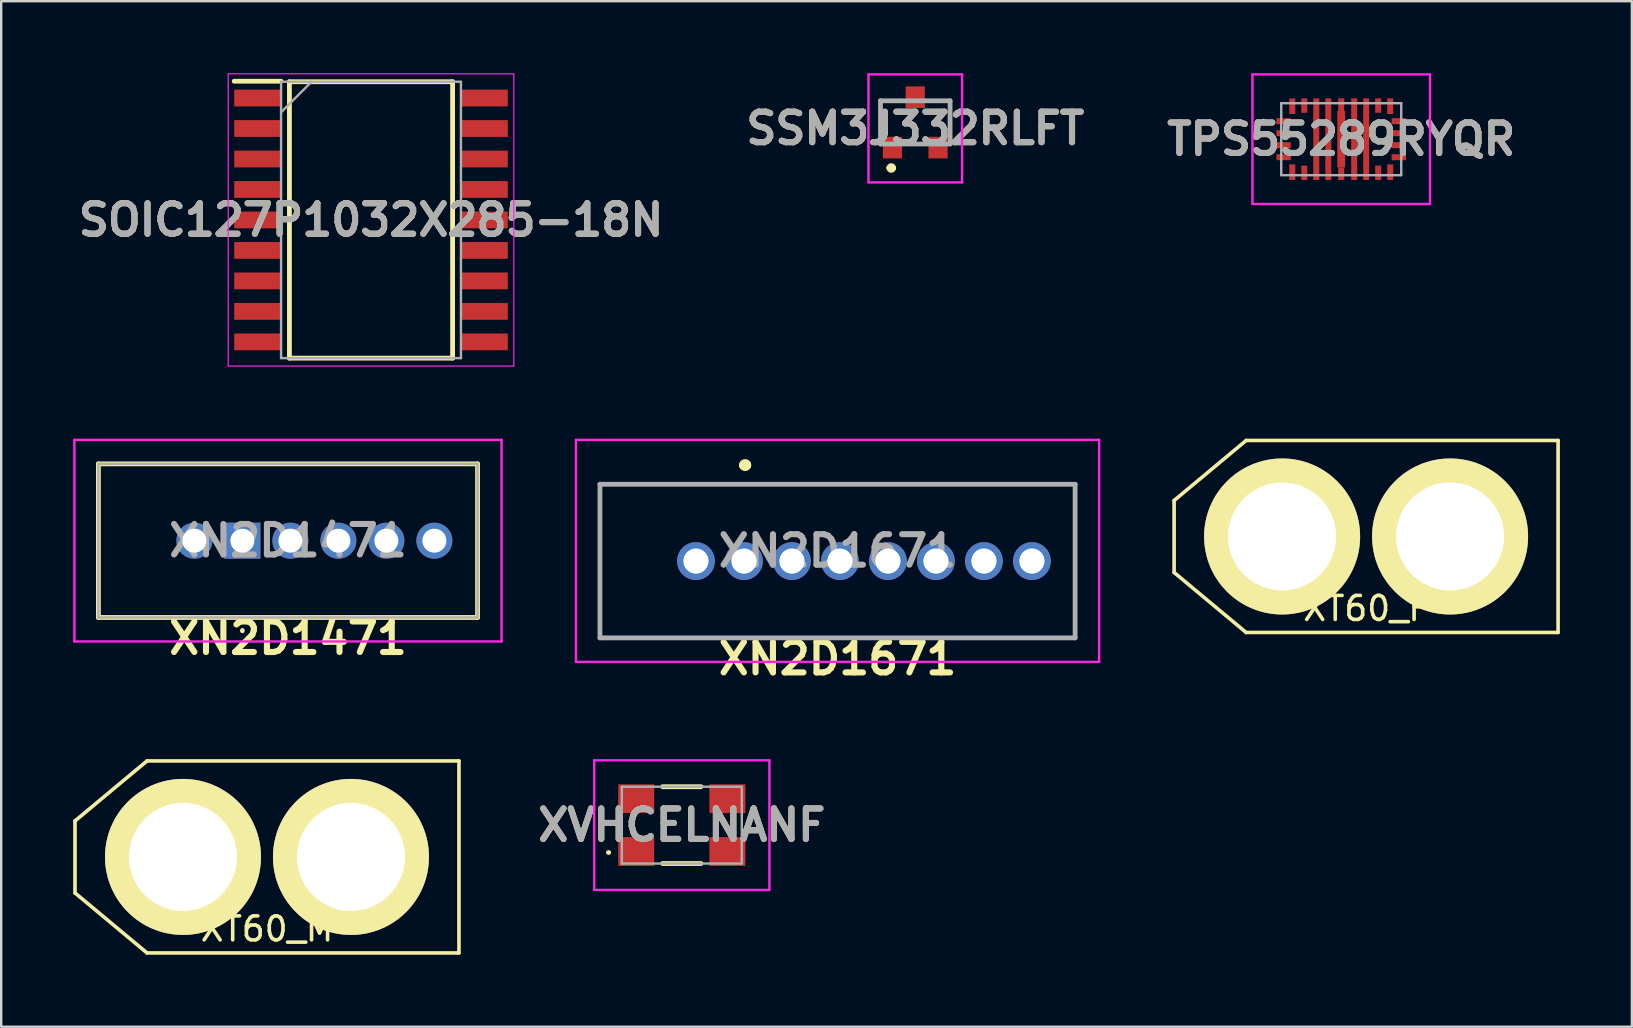
<source format=kicad_pcb>
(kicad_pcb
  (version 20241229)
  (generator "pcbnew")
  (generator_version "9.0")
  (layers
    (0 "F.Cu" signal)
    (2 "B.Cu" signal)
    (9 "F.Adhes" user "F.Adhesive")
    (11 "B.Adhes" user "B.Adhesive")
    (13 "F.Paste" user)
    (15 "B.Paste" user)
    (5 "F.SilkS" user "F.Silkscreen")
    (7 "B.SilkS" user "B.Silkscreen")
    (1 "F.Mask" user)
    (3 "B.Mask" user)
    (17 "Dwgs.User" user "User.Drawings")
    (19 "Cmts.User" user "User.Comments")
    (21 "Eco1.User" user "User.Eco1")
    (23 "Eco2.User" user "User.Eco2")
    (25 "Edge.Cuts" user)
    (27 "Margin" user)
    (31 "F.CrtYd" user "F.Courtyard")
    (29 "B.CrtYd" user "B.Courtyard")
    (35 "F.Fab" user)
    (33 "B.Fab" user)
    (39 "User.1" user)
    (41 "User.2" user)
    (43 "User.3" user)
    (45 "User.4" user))
  (footprint "XN2D1471"
    (layer "F.Cu")
    (at 7.05 19.48)
    (property "Reference" "XN2D1471" (at 1.9 4.064 0) (layer "F.SilkS") (effects (font (size 1.27 1.27) (thickness 0.254))))
    (attr through_hole)
    (fp_line (start -6 -3.2) (end 9.8 -3.2) (stroke (width 0.2) (type solid)) (layer "F.SilkS"))
    (fp_line (start -6 3.2) (end -6 -3.2) (stroke (width 0.2) (type solid)) (layer "F.SilkS"))
    (fp_line (start 0 3.7) (end 0 3.7) (stroke (width 0.1) (type solid)) (layer "F.SilkS"))
    (fp_line (start 0 3.8) (end 0 3.8) (stroke (width 0.1) (type solid)) (layer "F.SilkS"))
    (fp_line (start 9.8 -3.2) (end 9.8 3.2) (stroke (width 0.2) (type solid)) (layer "F.SilkS"))
    (fp_line (start 9.8 3.2) (end -6 3.2) (stroke (width 0.2) (type solid)) (layer "F.SilkS"))
    (fp_arc (start 0 3.7) (mid 0.05 3.75) (end 0 3.8) (stroke (width 0.1) (type solid)) (layer "F.SilkS"))
    (fp_arc (start 0 3.8) (mid -0.05 3.75) (end 0 3.7) (stroke (width 0.1) (type solid)) (layer "F.SilkS"))
    (fp_line (start -7 -4.2) (end 10.8 -4.2) (stroke (width 0.1) (type solid)) (layer "F.CrtYd"))
    (fp_line (start -7 4.2) (end -7 -4.2) (stroke (width 0.1) (type solid)) (layer "F.CrtYd"))
    (fp_line (start 10.8 -4.2) (end 10.8 4.2) (stroke (width 0.1) (type solid)) (layer "F.CrtYd"))
    (fp_line (start 10.8 4.2) (end -7 4.2) (stroke (width 0.1) (type solid)) (layer "F.CrtYd"))
    (fp_line (start -6 -3.2) (end 9.8 -3.2) (stroke (width 0.1) (type solid)) (layer "F.Fab"))
    (fp_line (start -6 3.2) (end -6 -3.2) (stroke (width 0.1) (type solid)) (layer "F.Fab"))
    (fp_line (start 9.8 -3.2) (end 9.8 3.2) (stroke (width 0.1) (type solid)) (layer "F.Fab"))
    (fp_line (start 9.8 3.2) (end -6 3.2) (stroke (width 0.1) (type solid)) (layer "F.Fab"))
    (fp_text user "${REFERENCE}" (at 1.9 0 0) (layer "F.Fab") (effects (font (size 1.27 1.27) (thickness 0.254))))
    (pad "1" thru_hole rect (at 0 0) (size 1.5 1.5) (drill 1) (layers "*.Cu" "*.Mask"))
    (pad "2" thru_hole circle (at 2 0) (size 1.5 1.5) (drill 1) (layers "*.Cu" "*.Mask"))
    (pad "3" thru_hole circle (at 4 0) (size 1.5 1.5) (drill 1) (layers "*.Cu" "*.Mask"))
    (pad "4" thru_hole circle (at 6 0) (size 1.5 1.5) (drill 1) (layers "*.Cu" "*.Mask"))
    (pad "MH1" thru_hole circle (at -2 0) (size 1.5 1.5) (drill 1) (layers "*.Cu" "*.Mask"))
    (pad "MH2" thru_hole circle (at 8 0) (size 1.5 1.5) (drill 1) (layers "*.Cu" "*.Mask")))
  (footprint "SOIC127P1032X285-18N"
    (layer "F.Cu")
    (at 12.41 6.115)
    (property "Reference" "SOIC127P1032X285-18N" (at 0 0 0) (layer "F.SilkS") (effects (font (size 1.27 1.27) (thickness 0.254))))
    (attr smd)
    (fp_line (start -5.7 -5.78) (end -3.75 -5.78) (stroke (width 0.2) (type solid)) (layer "F.SilkS"))
    (fp_line (start -3.4 -5.758) (end 3.4 -5.758) (stroke (width 0.2) (type solid)) (layer "F.SilkS"))
    (fp_line (start -3.4 5.758) (end -3.4 -5.758) (stroke (width 0.2) (type solid)) (layer "F.SilkS"))
    (fp_line (start 3.4 -5.758) (end 3.4 5.758) (stroke (width 0.2) (type solid)) (layer "F.SilkS"))
    (fp_line (start 3.4 5.758) (end -3.4 5.758) (stroke (width 0.2) (type solid)) (layer "F.SilkS"))
    (fp_line (start -5.95 -6.09) (end 5.95 -6.09) (stroke (width 0.05) (type solid)) (layer "F.CrtYd"))
    (fp_line (start -5.95 6.09) (end -5.95 -6.09) (stroke (width 0.05) (type solid)) (layer "F.CrtYd"))
    (fp_line (start 5.95 -6.09) (end 5.95 6.09) (stroke (width 0.05) (type solid)) (layer "F.CrtYd"))
    (fp_line (start 5.95 6.09) (end -5.95 6.09) (stroke (width 0.05) (type solid)) (layer "F.CrtYd"))
    (fp_line (start -3.748 -5.758) (end 3.748 -5.758) (stroke (width 0.1) (type solid)) (layer "F.Fab"))
    (fp_line (start -3.748 -4.488) (end -2.478 -5.758) (stroke (width 0.1) (type solid)) (layer "F.Fab"))
    (fp_line (start -3.748 5.758) (end -3.748 -5.758) (stroke (width 0.1) (type solid)) (layer "F.Fab"))
    (fp_line (start 3.748 -5.758) (end 3.748 5.758) (stroke (width 0.1) (type solid)) (layer "F.Fab"))
    (fp_line (start 3.748 5.758) (end -3.748 5.758) (stroke (width 0.1) (type solid)) (layer "F.Fab"))
    (fp_text user "${REFERENCE}" (at 0 0 0) (layer "F.Fab") (effects (font (size 1.27 1.27) (thickness 0.254))))
    (pad "1" smd rect (at -4.725 -5.08 90) (size 0.7 1.95) (layers "F.Cu" "F.Mask" "F.Paste"))
    (pad "2" smd rect (at -4.725 -3.81 90) (size 0.7 1.95) (layers "F.Cu" "F.Mask" "F.Paste"))
    (pad "3" smd rect (at -4.725 -2.54 90) (size 0.7 1.95) (layers "F.Cu" "F.Mask" "F.Paste"))
    (pad "4" smd rect (at -4.725 -1.27 90) (size 0.7 1.95) (layers "F.Cu" "F.Mask" "F.Paste"))
    (pad "5" smd rect (at -4.725 0 90) (size 0.7 1.95) (layers "F.Cu" "F.Mask" "F.Paste"))
    (pad "6" smd rect (at -4.725 1.27 90) (size 0.7 1.95) (layers "F.Cu" "F.Mask" "F.Paste"))
    (pad "7" smd rect (at -4.725 2.54 90) (size 0.7 1.95) (layers "F.Cu" "F.Mask" "F.Paste"))
    (pad "8" smd rect (at -4.725 3.81 90) (size 0.7 1.95) (layers "F.Cu" "F.Mask" "F.Paste"))
    (pad "9" smd rect (at -4.725 5.08 90) (size 0.7 1.95) (layers "F.Cu" "F.Mask" "F.Paste"))
    (pad "10" smd rect (at 4.725 5.08 90) (size 0.7 1.95) (layers "F.Cu" "F.Mask" "F.Paste"))
    (pad "11" smd rect (at 4.725 3.81 90) (size 0.7 1.95) (layers "F.Cu" "F.Mask" "F.Paste"))
    (pad "12" smd rect (at 4.725 2.54 90) (size 0.7 1.95) (layers "F.Cu" "F.Mask" "F.Paste"))
    (pad "13" smd rect (at 4.725 1.27 90) (size 0.7 1.95) (layers "F.Cu" "F.Mask" "F.Paste"))
    (pad "14" smd rect (at 4.725 0 90) (size 0.7 1.95) (layers "F.Cu" "F.Mask" "F.Paste"))
    (pad "15" smd rect (at 4.725 -1.27 90) (size 0.7 1.95) (layers "F.Cu" "F.Mask" "F.Paste"))
    (pad "16" smd rect (at 4.725 -2.54 90) (size 0.7 1.95) (layers "F.Cu" "F.Mask" "F.Paste"))
    (pad "17" smd rect (at 4.725 -3.81 90) (size 0.7 1.95) (layers "F.Cu" "F.Mask" "F.Paste"))
    (pad "18" smd rect (at 4.725 -5.08 90) (size 0.7 1.95) (layers "F.Cu" "F.Mask" "F.Paste")))
  (footprint "XVHCELNANF"
    (layer "F.Cu")
    (at 25.361 31.333)
    (property "Reference" "XVHCELNANF" (at 0 0 0) (layer "F.SilkS") (effects (font (size 1.27 1.27) (thickness 0.254))))
    (attr smd)
    (fp_line (start -3.1 1.14) (end -3.1 1.14) (stroke (width 0.1) (type solid)) (layer "F.SilkS"))
    (fp_line (start -3 1.14) (end -3 1.14) (stroke (width 0.1) (type solid)) (layer "F.SilkS"))
    (fp_line (start -0.8 -1.6) (end 0.8 -1.6) (stroke (width 0.2) (type solid)) (layer "F.SilkS"))
    (fp_line (start -0.8 1.6) (end 0.8 1.6) (stroke (width 0.2) (type solid)) (layer "F.SilkS"))
    (fp_arc (start -3.1 1.14) (mid -3.05 1.09) (end -3 1.14) (stroke (width 0.1) (type solid)) (layer "F.SilkS"))
    (fp_arc (start -3 1.14) (mid -3.05 1.19) (end -3.1 1.14) (stroke (width 0.1) (type solid)) (layer "F.SilkS"))
    (fp_line (start -3.65 -2.7) (end 3.65 -2.7) (stroke (width 0.1) (type solid)) (layer "F.CrtYd"))
    (fp_line (start -3.65 2.7) (end -3.65 -2.7) (stroke (width 0.1) (type solid)) (layer "F.CrtYd"))
    (fp_line (start 3.65 -2.7) (end 3.65 2.7) (stroke (width 0.1) (type solid)) (layer "F.CrtYd"))
    (fp_line (start 3.65 2.7) (end -3.65 2.7) (stroke (width 0.1) (type solid)) (layer "F.CrtYd"))
    (fp_line (start -2.5 -1.6) (end 2.5 -1.6) (stroke (width 0.1) (type solid)) (layer "F.Fab"))
    (fp_line (start -2.5 1.6) (end -2.5 -1.6) (stroke (width 0.1) (type solid)) (layer "F.Fab"))
    (fp_line (start 2.5 -1.6) (end 2.5 1.6) (stroke (width 0.1) (type solid)) (layer "F.Fab"))
    (fp_line (start 2.5 1.6) (end -2.5 1.6) (stroke (width 0.1) (type solid)) (layer "F.Fab"))
    (fp_text user "${REFERENCE}" (at 0 0 0) (layer "F.Fab") (effects (font (size 1.27 1.27) (thickness 0.254))))
    (pad "1" smd rect (at -1.9 1.1 90) (size 1.2 1.5) (layers "F.Cu" "F.Mask" "F.Paste"))
    (pad "2" smd rect (at 1.9 1.1 90) (size 1.2 1.5) (layers "F.Cu" "F.Mask" "F.Paste"))
    (pad "3" smd rect (at 1.9 -1.1 90) (size 1.2 1.5) (layers "F.Cu" "F.Mask" "F.Paste"))
    (pad "4" smd rect (at -1.9 -1.1 90) (size 1.2 1.5) (layers "F.Cu" "F.Mask" "F.Paste")))
  (footprint "XT60_F"
    (layer "F.Cu")
    (at 53.875 19.305)
    (property "Reference" "XT60_F" (at 0 3 0) (layer "F.SilkS") (effects (font (size 1 1) (thickness 0.15))))
    (attr through_hole)
    (fp_line (start -8 -1.5) (end -8 1.5) (stroke (width 0.15) (type solid)) (layer "F.SilkS"))
    (fp_line (start -8 -1.5) (end -5 -4) (stroke (width 0.15) (type solid)) (layer "F.SilkS"))
    (fp_line (start -8 1.5) (end -5 4) (stroke (width 0.15) (type solid)) (layer "F.SilkS"))
    (fp_line (start -5 -4) (end 8 -4) (stroke (width 0.15) (type solid)) (layer "F.SilkS"))
    (fp_line (start -5 4) (end 8 4) (stroke (width 0.15) (type solid)) (layer "F.SilkS"))
    (fp_line (start 8 -4) (end 8 4) (stroke (width 0.15) (type solid)) (layer "F.SilkS"))
    (pad "1" thru_hole circle (at -3.5 0) (size 6.5 6.5) (drill 4.5) (layers "*.Cu" "*.Mask" "F.SilkS"))
    (pad "2" thru_hole circle (at 3.5 0) (size 6.5 6.5) (drill 4.5) (layers "*.Cu" "*.Mask" "F.SilkS")))
  (footprint "SSM3J332RLFT"
    (layer "F.Cu")
    (at 35.089 2.05)
    (property "Reference" "SSM3J332RLFT" (at 0 0.25 0) (layer "F.SilkS") (effects (font (size 1.27 1.27) (thickness 0.254))))
    (attr smd)
    (fp_line (start -1.45 -0.9) (end -1.45 0.5) (stroke (width 0.1) (type solid)) (layer "F.SilkS"))
    (fp_line (start -1.1 1.9) (end -1.1 1.9) (stroke (width 0.2) (type solid)) (layer "F.SilkS"))
    (fp_line (start -1 -0.9) (end -1.45 -0.9) (stroke (width 0.1) (type solid)) (layer "F.SilkS"))
    (fp_line (start -0.9 1.9) (end -0.9 1.9) (stroke (width 0.2) (type solid)) (layer "F.SilkS"))
    (fp_line (start -0.4 0.9) (end 0.4 0.9) (stroke (width 0.1) (type solid)) (layer "F.SilkS"))
    (fp_line (start 1 -0.9) (end 1.45 -0.9) (stroke (width 0.1) (type solid)) (layer "F.SilkS"))
    (fp_line (start 1.45 -0.9) (end 1.45 0.5) (stroke (width 0.1) (type solid)) (layer "F.SilkS"))
    (fp_arc (start -1.1 1.9) (mid -1 1.8) (end -0.9 1.9) (stroke (width 0.2) (type solid)) (layer "F.SilkS"))
    (fp_arc (start -0.9 1.9) (mid -1 2) (end -1.1 1.9) (stroke (width 0.2) (type solid)) (layer "F.SilkS"))
    (fp_line (start -1.95 -2) (end 1.95 -2) (stroke (width 0.1) (type solid)) (layer "F.CrtYd"))
    (fp_line (start -1.95 2.5) (end -1.95 -2) (stroke (width 0.1) (type solid)) (layer "F.CrtYd"))
    (fp_line (start 1.95 -2) (end 1.95 2.5) (stroke (width 0.1) (type solid)) (layer "F.CrtYd"))
    (fp_line (start 1.95 2.5) (end -1.95 2.5) (stroke (width 0.1) (type solid)) (layer "F.CrtYd"))
    (fp_line (start -1.45 -0.9) (end 1.45 -0.9) (stroke (width 0.2) (type solid)) (layer "F.Fab"))
    (fp_line (start -1.45 0.9) (end -1.45 -0.9) (stroke (width 0.2) (type solid)) (layer "F.Fab"))
    (fp_line (start 1.45 -0.9) (end 1.45 0.9) (stroke (width 0.2) (type solid)) (layer "F.Fab"))
    (fp_line (start 1.45 0.9) (end -1.45 0.9) (stroke (width 0.2) (type solid)) (layer "F.Fab"))
    (fp_text user "${REFERENCE}" (at 0 0.25 0) (layer "F.Fab") (effects (font (size 1.27 1.27) (thickness 0.254))))
    (pad "1" smd rect (at -0.95 1.05) (size 0.8 0.9) (layers "F.Cu" "F.Mask" "F.Paste"))
    (pad "2" smd rect (at 0.95 1.05) (size 0.8 0.9) (layers "F.Cu" "F.Mask" "F.Paste"))
    (pad "3" smd rect (at 0 -1.05) (size 0.8 0.9) (layers "F.Cu" "F.Mask" "F.Paste")))
  (footprint "TPS55289RYQR"
    (layer "F.Cu")
    (at 52.839 2.75)
    (property "Reference" "TPS55289RYQR" (at 0 0 0) (layer "F.SilkS") (effects (font (size 1.27 1.27) (thickness 0.254))))
    (attr smd)
    (fp_line (start -3.3 -0.75) (end -3.3 -0.75) (stroke (width 0.1) (type solid)) (layer "F.SilkS"))
    (fp_line (start -3.2 -0.75) (end -3.2 -0.75) (stroke (width 0.1) (type solid)) (layer "F.SilkS"))
    (fp_arc (start -3.3 -0.75) (mid -3.25 -0.8) (end -3.2 -0.75) (stroke (width 0.1) (type solid)) (layer "F.SilkS"))
    (fp_arc (start -3.2 -0.75) (mid -3.25 -0.7) (end -3.3 -0.75) (stroke (width 0.1) (type solid)) (layer "F.SilkS"))
    (fp_line (start -3.7 -2.7) (end 3.7 -2.7) (stroke (width 0.1) (type solid)) (layer "F.CrtYd"))
    (fp_line (start -3.7 2.7) (end -3.7 -2.7) (stroke (width 0.1) (type solid)) (layer "F.CrtYd"))
    (fp_line (start 3.7 -2.7) (end 3.7 2.7) (stroke (width 0.1) (type solid)) (layer "F.CrtYd"))
    (fp_line (start 3.7 2.7) (end -3.7 2.7) (stroke (width 0.1) (type solid)) (layer "F.CrtYd"))
    (fp_line (start -2.5 -1.5) (end -2.5 1.5) (stroke (width 0.1) (type solid)) (layer "F.Fab"))
    (fp_line (start -2.5 1.5) (end 2.5 1.5) (stroke (width 0.1) (type solid)) (layer "F.Fab"))
    (fp_line (start 2.5 -1.5) (end -2.5 -1.5) (stroke (width 0.1) (type solid)) (layer "F.Fab"))
    (fp_line (start 2.5 1.5) (end 2.5 -1.5) (stroke (width 0.1) (type solid)) (layer "F.Fab"))
    (fp_text user "${REFERENCE}" (at 0 0 0) (layer "F.Fab") (effects (font (size 1.27 1.27) (thickness 0.254))))
    (pad "1" smd rect (at -2.4 -0.75 90) (size 0.25 0.6) (layers "F.Cu" "F.Mask" "F.Paste"))
    (pad "2" smd rect (at -2.4 -0.25 90) (size 0.25 0.6) (layers "F.Cu" "F.Mask" "F.Paste"))
    (pad "3" smd rect (at -2.4 0.25 90) (size 0.25 0.6) (layers "F.Cu" "F.Mask" "F.Paste"))
    (pad "4" smd rect (at -2.4 0.75 90) (size 0.25 0.6) (layers "F.Cu" "F.Mask" "F.Paste"))
    (pad "5" smd rect (at -2.04 1.375) (size 0.25 0.65) (layers "F.Cu" "F.Mask" "F.Paste"))
    (pad "6" smd rect (at -1.54 1.4) (size 0.25 0.6) (layers "F.Cu" "F.Mask" "F.Paste"))
    (pad "7" smd rect (at -1.04 0) (size 0.25 3.4) (layers "F.Cu" "F.Mask" "F.Paste"))
    (pad "8" smd rect (at -0.54 0) (size 0.25 3.4) (layers "F.Cu" "F.Mask" "F.Paste"))
    (pad "9" smd rect (at 0 1.438) (size 0.25 0.525) (layers "F.Cu" "F.Mask" "F.Paste"))
    (pad "10" smd rect (at 0.54 0) (size 0.25 3.4) (layers "F.Cu" "F.Mask" "F.Paste"))
    (pad "11" smd rect (at 1.04 0) (size 0.25 3.4) (layers "F.Cu" "F.Mask" "F.Paste"))
    (pad "12" smd rect (at 1.54 1.4) (size 0.25 0.6) (layers "F.Cu" "F.Mask" "F.Paste"))
    (pad "13" smd rect (at 2.04 1.375) (size 0.25 0.65) (layers "F.Cu" "F.Mask" "F.Paste"))
    (pad "14" smd rect (at 2.4 0.75 90) (size 0.25 0.6) (layers "F.Cu" "F.Mask" "F.Paste"))
    (pad "15" smd rect (at 2.4 0.25 90) (size 0.25 0.6) (layers "F.Cu" "F.Mask" "F.Paste"))
    (pad "16" smd rect (at 2.4 -0.25 90) (size 0.25 0.6) (layers "F.Cu" "F.Mask" "F.Paste"))
    (pad "17" smd rect (at 2.4 -0.75 90) (size 0.25 0.6) (layers "F.Cu" "F.Mask" "F.Paste"))
    (pad "18" smd rect (at 2.04 -1.375) (size 0.25 0.65) (layers "F.Cu" "F.Mask" "F.Paste"))
    (pad "19" smd rect (at 1.54 -1.4) (size 0.25 0.6) (layers "F.Cu" "F.Mask" "F.Paste"))
    (pad "20" smd rect (at -1.54 -1.4) (size 0.25 0.6) (layers "F.Cu" "F.Mask" "F.Paste"))
    (pad "21" smd rect (at -2.04 -1.375) (size 0.25 0.65) (layers "F.Cu" "F.Mask" "F.Paste"))
    (pad "22" smd rect (at 0 0) (size 0.33 2.35) (layers "F.Cu" "F.Mask" "F.Paste"))
    (pad "23" smd rect (at 0 -1.438) (size 0.25 0.525) (layers "F.Cu" "F.Mask" "F.Paste")))
  (footprint "XN2D1671"
    (layer "F.Cu")
    (at 27.95 20.33)
    (property "Reference" "XN2D1671" (at 3.9 4.064 0) (layer "F.SilkS") (effects (font (size 1.27 1.27) (thickness 0.254))))
    (attr through_hole)
    (fp_line (start -6 -3.2) (end 13.8 -3.2) (stroke (width 0.1) (type solid)) (layer "F.SilkS"))
    (fp_line (start -6 3.2) (end -6 -3.2) (stroke (width 0.1) (type solid)) (layer "F.SilkS"))
    (fp_line (start 0 -4) (end 0 -4) (stroke (width 0.4) (type solid)) (layer "F.SilkS"))
    (fp_line (start 0.1 -4) (end 0.1 -4) (stroke (width 0.4) (type solid)) (layer "F.SilkS"))
    (fp_line (start 13.8 -3.2) (end 13.8 3.2) (stroke (width 0.1) (type solid)) (layer "F.SilkS"))
    (fp_line (start 13.8 3.2) (end -6 3.2) (stroke (width 0.1) (type solid)) (layer "F.SilkS"))
    (fp_arc (start 0 -4) (mid 0.05 -4.05) (end 0.1 -4) (stroke (width 0.4) (type solid)) (layer "F.SilkS"))
    (fp_arc (start 0.1 -4) (mid 0.05 -3.95) (end 0 -4) (stroke (width 0.4) (type solid)) (layer "F.SilkS"))
    (fp_line (start -7 -5.05) (end 14.8 -5.05) (stroke (width 0.1) (type solid)) (layer "F.CrtYd"))
    (fp_line (start -7 4.2) (end -7 -5.05) (stroke (width 0.1) (type solid)) (layer "F.CrtYd"))
    (fp_line (start 14.8 -5.05) (end 14.8 4.2) (stroke (width 0.1) (type solid)) (layer "F.CrtYd"))
    (fp_line (start 14.8 4.2) (end -7 4.2) (stroke (width 0.1) (type solid)) (layer "F.CrtYd"))
    (fp_line (start -6 -3.2) (end 13.8 -3.2) (stroke (width 0.2) (type solid)) (layer "F.Fab"))
    (fp_line (start -6 3.2) (end -6 -3.2) (stroke (width 0.2) (type solid)) (layer "F.Fab"))
    (fp_line (start 13.8 -3.2) (end 13.8 3.2) (stroke (width 0.2) (type solid)) (layer "F.Fab"))
    (fp_line (start 13.8 3.2) (end -6 3.2) (stroke (width 0.2) (type solid)) (layer "F.Fab"))
    (fp_text user "${REFERENCE}" (at 3.9 -0.425 0) (layer "F.Fab") (effects (font (size 1.27 1.27) (thickness 0.254))))
    (pad "1" thru_hole circle (at 0 0) (size 1.575 1.575) (drill 1.05) (layers "*.Cu" "*.Mask"))
    (pad "2" thru_hole circle (at 2 0) (size 1.575 1.575) (drill 1.05) (layers "*.Cu" "*.Mask"))
    (pad "3" thru_hole circle (at 4 0) (size 1.575 1.575) (drill 1.05) (layers "*.Cu" "*.Mask"))
    (pad "4" thru_hole circle (at 6 0) (size 1.575 1.575) (drill 1.05) (layers "*.Cu" "*.Mask"))
    (pad "5" thru_hole circle (at 8 0) (size 1.575 1.575) (drill 1.05) (layers "*.Cu" "*.Mask"))
    (pad "6" thru_hole circle (at 10 0) (size 1.575 1.575) (drill 1.05) (layers "*.Cu" "*.Mask"))
    (pad "MH1" thru_hole circle (at -2 0) (size 1.575 1.575) (drill 1.05) (layers "*.Cu" "*.Mask"))
    (pad "MH2" thru_hole circle (at 12 0) (size 1.575 1.575) (drill 1.05) (layers "*.Cu" "*.Mask")))
  (footprint "XT60_M"
    (layer "F.Cu")
    (at 8.075 32.658)
    (property "Reference" "XT60_M" (at 0 3 0) (layer "F.SilkS") (effects (font (size 1 1) (thickness 0.15))))
    (attr through_hole)
    (fp_line (start -8 -1.5) (end -8 1.5) (stroke (width 0.15) (type solid)) (layer "F.SilkS"))
    (fp_line (start -8 -1.5) (end -5 -4) (stroke (width 0.15) (type solid)) (layer "F.SilkS"))
    (fp_line (start -8 1.5) (end -5 4) (stroke (width 0.15) (type solid)) (layer "F.SilkS"))
    (fp_line (start -5 -4) (end 8 -4) (stroke (width 0.15) (type solid)) (layer "F.SilkS"))
    (fp_line (start -5 4) (end 8 4) (stroke (width 0.15) (type solid)) (layer "F.SilkS"))
    (fp_line (start 8 -4) (end 8 4) (stroke (width 0.15) (type solid)) (layer "F.SilkS"))
    (pad "1" thru_hole circle (at -3.5 0) (size 6.5 6.5) (drill 4.5) (layers "*.Cu" "*.Mask" "F.SilkS"))
    (pad "2" thru_hole circle (at 3.5 0) (size 6.5 6.5) (drill 4.5) (layers "*.Cu" "*.Mask" "F.SilkS")))
  (gr_rect
    (start -3 -3)
    (end 64.95 39.733)
    (stroke (width 0.1) (type default))
    (fill no)
    (layer "Edge.Cuts")))
</source>
